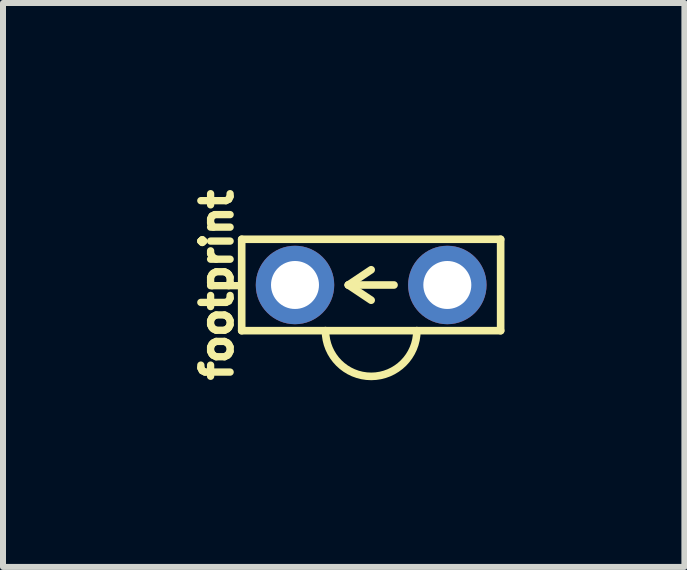
<source format=kicad_pcb>
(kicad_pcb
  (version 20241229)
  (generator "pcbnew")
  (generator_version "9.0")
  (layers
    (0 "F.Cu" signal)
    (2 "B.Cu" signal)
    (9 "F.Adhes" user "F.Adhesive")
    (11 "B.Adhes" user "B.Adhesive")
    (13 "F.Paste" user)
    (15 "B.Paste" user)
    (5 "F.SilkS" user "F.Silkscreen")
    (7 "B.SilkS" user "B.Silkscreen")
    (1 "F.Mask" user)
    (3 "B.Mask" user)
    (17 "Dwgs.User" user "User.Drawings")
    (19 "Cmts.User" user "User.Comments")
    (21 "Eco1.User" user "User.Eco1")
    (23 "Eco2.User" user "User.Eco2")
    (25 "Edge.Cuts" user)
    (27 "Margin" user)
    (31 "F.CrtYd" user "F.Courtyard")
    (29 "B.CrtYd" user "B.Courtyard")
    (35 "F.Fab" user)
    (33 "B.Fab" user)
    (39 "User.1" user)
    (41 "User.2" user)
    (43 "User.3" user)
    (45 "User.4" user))
  (footprint "footprint"
    (layer "F.Cu")
    (at 3.139 1.702)
    (property "Reference" "footprint" (at -2.286 0 90) (layer "F.SilkS") (effects (font (size 0.488 0.488) (thickness 0.122)) (justify bottom)))
    (fp_line (start -2.159 -0.762) (end 2.159 -0.762) (stroke (width 0.127) (type solid)) (layer "F.SilkS"))
    (fp_line (start -2.159 0.762) (end -2.159 -0.762) (stroke (width 0.127) (type solid)) (layer "F.SilkS"))
    (fp_line (start -0.762 0.762) (end -2.159 0.762) (stroke (width 0.127) (type solid)) (layer "F.SilkS"))
    (fp_line (start -0.381 0) (end 0.381 0) (stroke (width 0.127) (type solid)) (layer "F.SilkS"))
    (fp_line (start 0 -0.254) (end -0.381 0) (stroke (width 0.127) (type solid)) (layer "F.SilkS"))
    (fp_line (start 0 0.254) (end -0.381 0) (stroke (width 0.127) (type solid)) (layer "F.SilkS"))
    (fp_line (start 0.762 0.762) (end -0.762 0.762) (stroke (width 0.127) (type solid)) (layer "F.SilkS"))
    (fp_line (start 2.159 -0.762) (end 2.159 0.762) (stroke (width 0.127) (type solid)) (layer "F.SilkS"))
    (fp_line (start 2.159 0.762) (end 0.762 0.762) (stroke (width 0.127) (type solid)) (layer "F.SilkS"))
    (fp_arc (start 0.762 0.762) (mid 0 1.524) (end -0.762 0.762) (stroke (width 0.127) (type solid)) (layer "F.SilkS"))
    (pad "C" thru_hole circle (at 1.27 0) (size 1.308 1.308) (drill 0.8) (layers "*.Cu" "*.Mask"))
    (pad "E" thru_hole circle (at -1.27 0) (size 1.308 1.308) (drill 0.8) (layers "*.Cu" "*.Mask")))
  (gr_rect
    (start -3 -3)
    (end 8.362 6.403)
    (stroke (width 0.1) (type default))
    (fill no)
    (layer "Edge.Cuts")))
</source>
